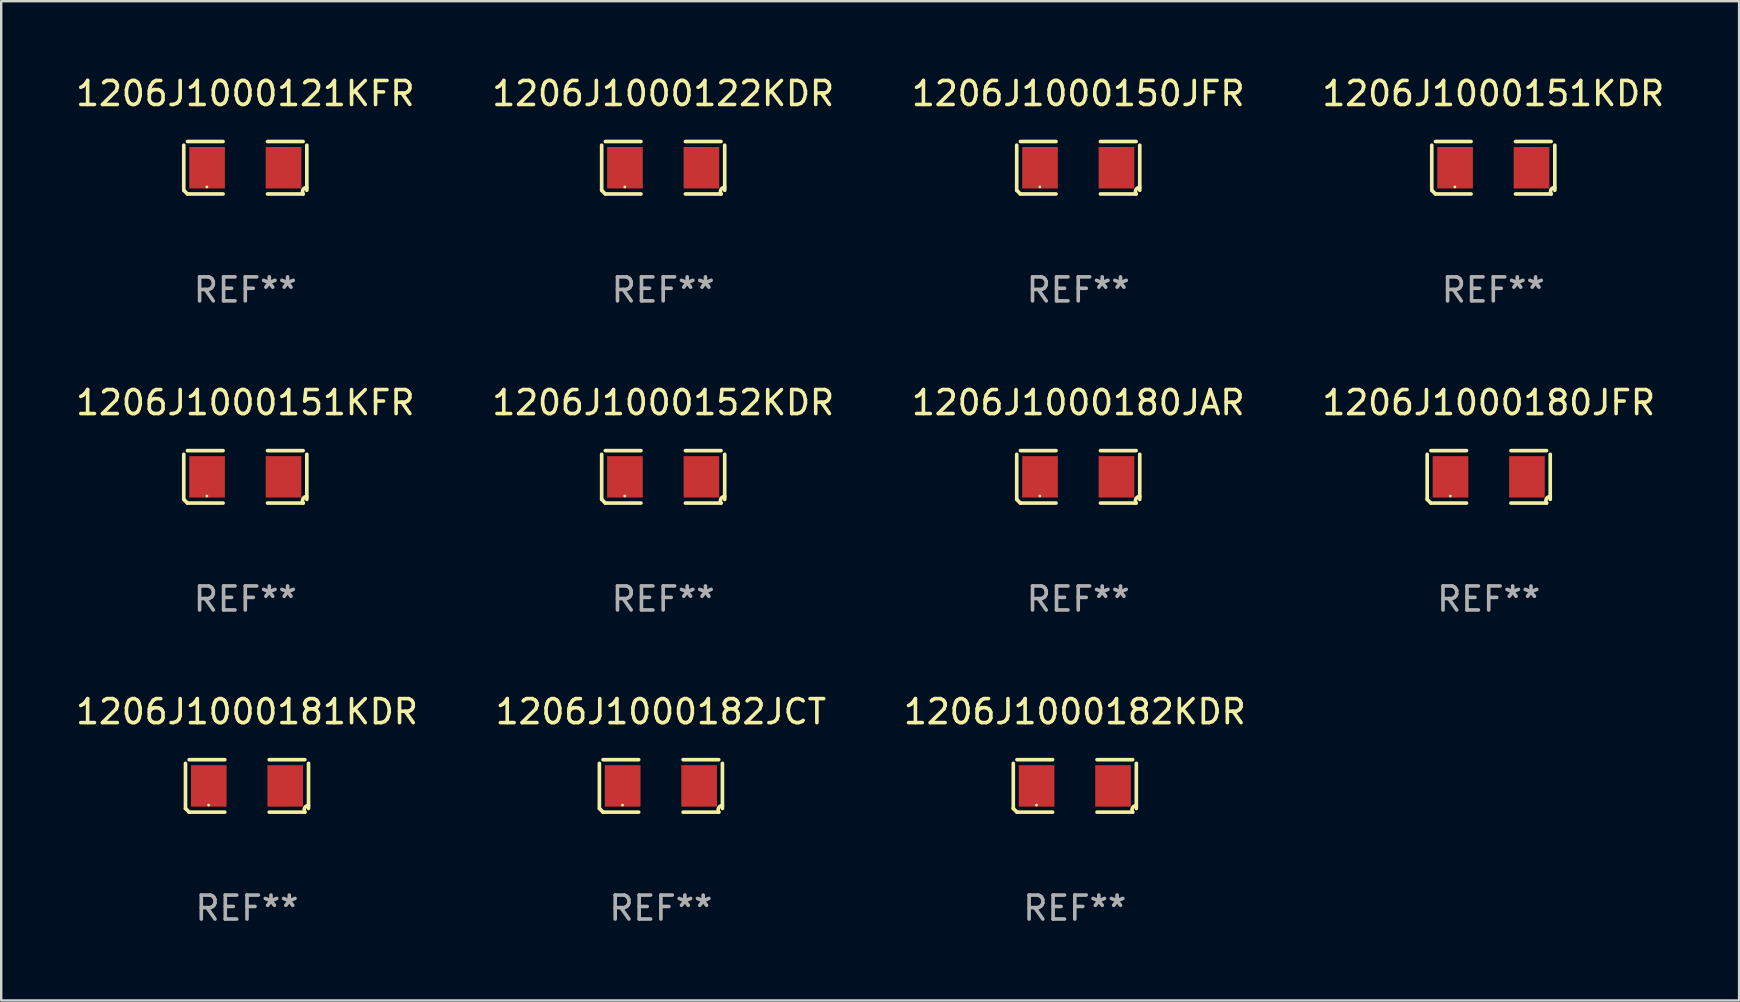
<source format=kicad_pcb>
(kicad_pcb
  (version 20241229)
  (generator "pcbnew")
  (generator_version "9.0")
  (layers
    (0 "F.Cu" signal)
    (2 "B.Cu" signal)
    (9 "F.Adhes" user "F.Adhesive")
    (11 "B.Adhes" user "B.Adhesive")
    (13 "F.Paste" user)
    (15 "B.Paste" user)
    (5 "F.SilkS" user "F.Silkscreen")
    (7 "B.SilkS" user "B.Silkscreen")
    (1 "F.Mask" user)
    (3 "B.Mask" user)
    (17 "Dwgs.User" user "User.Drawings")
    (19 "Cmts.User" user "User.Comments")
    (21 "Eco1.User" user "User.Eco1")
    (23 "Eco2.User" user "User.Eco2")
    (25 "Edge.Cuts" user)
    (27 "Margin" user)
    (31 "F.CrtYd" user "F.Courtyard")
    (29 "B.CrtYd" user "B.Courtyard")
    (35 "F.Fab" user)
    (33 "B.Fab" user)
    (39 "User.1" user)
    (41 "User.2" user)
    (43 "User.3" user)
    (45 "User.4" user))
  (footprint "1206J1000122KDR"
    (layer "F.Cu")
    (at 24.589 3.941)
    (property "Reference" "1206J1000122KDR" (at 0 -3.093 0) (layer "F.SilkS") (effects (font (size 1 1) (thickness 0.15))))
    (attr through_hole)
    (fp_line (start -2.564 0.94) (end -2.564 -0.94) (stroke (width 0.152) (type solid)) (layer "F.SilkS"))
    (fp_line (start -2.411 -1.093) (end -0.926 -1.093) (stroke (width 0.152) (type solid)) (layer "F.SilkS"))
    (fp_line (start -0.926 1.093) (end -2.411 1.093) (stroke (width 0.152) (type solid)) (layer "F.SilkS"))
    (fp_line (start 0.926 1.093) (end 2.411 1.093) (stroke (width 0.152) (type solid)) (layer "F.SilkS"))
    (fp_line (start 2.411 -1.093) (end 0.926 -1.093) (stroke (width 0.152) (type solid)) (layer "F.SilkS"))
    (fp_line (start 2.564 0.94) (end 2.564 -0.94) (stroke (width 0.152) (type solid)) (layer "F.SilkS"))
    (fp_arc (start -2.411201 1.092609) (mid -2.487413 1.01642) (end -2.563602 0.940208) (stroke (width 0.1524) (type solid)) (layer "F.SilkS"))
    (fp_arc (start 2.411201 1.092609) (mid 2.407159 0.911226) (end 2.563602 0.819347) (stroke (width 0.1524) (type solid)) (layer "F.SilkS"))
    (fp_circle (center -1.6 0.8) (end -1.57 0.8) (stroke (width 0.06) (type solid)) (fill no) (layer "F.SilkS"))
    (fp_text user "REF**" (at 0 5.093 0) (layer "F.Fab") (effects (font (size 1 1) (thickness 0.15))))
    (pad "1" smd rect (at -1.593 0) (size 1.485 1.728) (layers "F.Cu" "F.Mask" "F.Paste"))
    (pad "2" smd rect (at 1.593 0) (size 1.485 1.728) (layers "F.Cu" "F.Mask" "F.Paste")))
  (footprint "1206J1000181KDR"
    (layer "F.Cu")
    (at 7.244 29.704)
    (property "Reference" "1206J1000181KDR" (at 0 -3.093 0) (layer "F.SilkS") (effects (font (size 1 1) (thickness 0.15))))
    (attr through_hole)
    (fp_line (start -2.564 0.94) (end -2.564 -0.94) (stroke (width 0.152) (type solid)) (layer "F.SilkS"))
    (fp_line (start -2.411 -1.093) (end -0.926 -1.093) (stroke (width 0.152) (type solid)) (layer "F.SilkS"))
    (fp_line (start -0.926 1.093) (end -2.411 1.093) (stroke (width 0.152) (type solid)) (layer "F.SilkS"))
    (fp_line (start 0.926 1.093) (end 2.411 1.093) (stroke (width 0.152) (type solid)) (layer "F.SilkS"))
    (fp_line (start 2.411 -1.093) (end 0.926 -1.093) (stroke (width 0.152) (type solid)) (layer "F.SilkS"))
    (fp_line (start 2.564 0.94) (end 2.564 -0.94) (stroke (width 0.152) (type solid)) (layer "F.SilkS"))
    (fp_arc (start -2.411201 1.092609) (mid -2.487413 1.01642) (end -2.563602 0.940208) (stroke (width 0.1524) (type solid)) (layer "F.SilkS"))
    (fp_arc (start 2.411201 1.092609) (mid 2.407159 0.911226) (end 2.563602 0.819347) (stroke (width 0.1524) (type solid)) (layer "F.SilkS"))
    (fp_circle (center -1.6 0.8) (end -1.57 0.8) (stroke (width 0.06) (type solid)) (fill no) (layer "F.SilkS"))
    (fp_text user "REF**" (at 0 5.093 0) (layer "F.Fab") (effects (font (size 1 1) (thickness 0.15))))
    (pad "1" smd rect (at -1.593 0) (size 1.485 1.728) (layers "F.Cu" "F.Mask" "F.Paste"))
    (pad "2" smd rect (at 1.593 0) (size 1.485 1.728) (layers "F.Cu" "F.Mask" "F.Paste")))
  (footprint "1206J1000180JAR"
    (layer "F.Cu")
    (at 41.887 16.823)
    (property "Reference" "1206J1000180JAR" (at 0 -3.093 0) (layer "F.SilkS") (effects (font (size 1 1) (thickness 0.15))))
    (attr through_hole)
    (fp_line (start -2.564 0.94) (end -2.564 -0.94) (stroke (width 0.152) (type solid)) (layer "F.SilkS"))
    (fp_line (start -2.411 -1.093) (end -0.926 -1.093) (stroke (width 0.152) (type solid)) (layer "F.SilkS"))
    (fp_line (start -0.926 1.093) (end -2.411 1.093) (stroke (width 0.152) (type solid)) (layer "F.SilkS"))
    (fp_line (start 0.926 1.093) (end 2.411 1.093) (stroke (width 0.152) (type solid)) (layer "F.SilkS"))
    (fp_line (start 2.411 -1.093) (end 0.926 -1.093) (stroke (width 0.152) (type solid)) (layer "F.SilkS"))
    (fp_line (start 2.564 0.94) (end 2.564 -0.94) (stroke (width 0.152) (type solid)) (layer "F.SilkS"))
    (fp_arc (start -2.411201 1.092609) (mid -2.487413 1.01642) (end -2.563602 0.940208) (stroke (width 0.1524) (type solid)) (layer "F.SilkS"))
    (fp_arc (start 2.411201 1.092609) (mid 2.407159 0.911226) (end 2.563602 0.819347) (stroke (width 0.1524) (type solid)) (layer "F.SilkS"))
    (fp_circle (center -1.6 0.8) (end -1.57 0.8) (stroke (width 0.06) (type solid)) (fill no) (layer "F.SilkS"))
    (fp_text user "REF**" (at 0 5.093 0) (layer "F.Fab") (effects (font (size 1 1) (thickness 0.15))))
    (pad "1" smd rect (at -1.593 0) (size 1.485 1.728) (layers "F.Cu" "F.Mask" "F.Paste"))
    (pad "2" smd rect (at 1.593 0) (size 1.485 1.728) (layers "F.Cu" "F.Mask" "F.Paste")))
  (footprint "1206J1000151KDR"
    (layer "F.Cu")
    (at 59.185 3.941)
    (property "Reference" "1206J1000151KDR" (at 0 -3.093 0) (layer "F.SilkS") (effects (font (size 1 1) (thickness 0.15))))
    (attr through_hole)
    (fp_line (start -2.564 0.94) (end -2.564 -0.94) (stroke (width 0.152) (type solid)) (layer "F.SilkS"))
    (fp_line (start -2.411 -1.093) (end -0.926 -1.093) (stroke (width 0.152) (type solid)) (layer "F.SilkS"))
    (fp_line (start -0.926 1.093) (end -2.411 1.093) (stroke (width 0.152) (type solid)) (layer "F.SilkS"))
    (fp_line (start 0.926 1.093) (end 2.411 1.093) (stroke (width 0.152) (type solid)) (layer "F.SilkS"))
    (fp_line (start 2.411 -1.093) (end 0.926 -1.093) (stroke (width 0.152) (type solid)) (layer "F.SilkS"))
    (fp_line (start 2.564 0.94) (end 2.564 -0.94) (stroke (width 0.152) (type solid)) (layer "F.SilkS"))
    (fp_arc (start -2.411201 1.092609) (mid -2.487413 1.01642) (end -2.563602 0.940208) (stroke (width 0.1524) (type solid)) (layer "F.SilkS"))
    (fp_arc (start 2.411201 1.092609) (mid 2.407159 0.911226) (end 2.563602 0.819347) (stroke (width 0.1524) (type solid)) (layer "F.SilkS"))
    (fp_circle (center -1.6 0.8) (end -1.57 0.8) (stroke (width 0.06) (type solid)) (fill no) (layer "F.SilkS"))
    (fp_text user "REF**" (at 0 5.093 0) (layer "F.Fab") (effects (font (size 1 1) (thickness 0.15))))
    (pad "1" smd rect (at -1.593 0) (size 1.485 1.728) (layers "F.Cu" "F.Mask" "F.Paste"))
    (pad "2" smd rect (at 1.593 0) (size 1.485 1.728) (layers "F.Cu" "F.Mask" "F.Paste")))
  (footprint "1206J1000121KFR"
    (layer "F.Cu")
    (at 7.173 3.941)
    (property "Reference" "1206J1000121KFR" (at 0 -3.093 0) (layer "F.SilkS") (effects (font (size 1 1) (thickness 0.15))))
    (attr through_hole)
    (fp_line (start -2.564 0.94) (end -2.564 -0.94) (stroke (width 0.152) (type solid)) (layer "F.SilkS"))
    (fp_line (start -2.411 -1.093) (end -0.926 -1.093) (stroke (width 0.152) (type solid)) (layer "F.SilkS"))
    (fp_line (start -0.926 1.093) (end -2.411 1.093) (stroke (width 0.152) (type solid)) (layer "F.SilkS"))
    (fp_line (start 0.926 1.093) (end 2.411 1.093) (stroke (width 0.152) (type solid)) (layer "F.SilkS"))
    (fp_line (start 2.411 -1.093) (end 0.926 -1.093) (stroke (width 0.152) (type solid)) (layer "F.SilkS"))
    (fp_line (start 2.564 0.94) (end 2.564 -0.94) (stroke (width 0.152) (type solid)) (layer "F.SilkS"))
    (fp_arc (start -2.411201 1.092609) (mid -2.487413 1.01642) (end -2.563602 0.940208) (stroke (width 0.1524) (type solid)) (layer "F.SilkS"))
    (fp_arc (start 2.411201 1.092609) (mid 2.407159 0.911226) (end 2.563602 0.819347) (stroke (width 0.1524) (type solid)) (layer "F.SilkS"))
    (fp_circle (center -1.6 0.8) (end -1.57 0.8) (stroke (width 0.06) (type solid)) (fill no) (layer "F.SilkS"))
    (fp_text user "REF**" (at 0 5.093 0) (layer "F.Fab") (effects (font (size 1 1) (thickness 0.15))))
    (pad "1" smd rect (at -1.593 0) (size 1.485 1.728) (layers "F.Cu" "F.Mask" "F.Paste"))
    (pad "2" smd rect (at 1.593 0) (size 1.485 1.728) (layers "F.Cu" "F.Mask" "F.Paste")))
  (footprint "1206J1000182KDR"
    (layer "F.Cu")
    (at 41.744 29.704)
    (property "Reference" "1206J1000182KDR" (at 0 -3.093 0) (layer "F.SilkS") (effects (font (size 1 1) (thickness 0.15))))
    (attr through_hole)
    (fp_line (start -2.564 0.94) (end -2.564 -0.94) (stroke (width 0.152) (type solid)) (layer "F.SilkS"))
    (fp_line (start -2.411 -1.093) (end -0.926 -1.093) (stroke (width 0.152) (type solid)) (layer "F.SilkS"))
    (fp_line (start -0.926 1.093) (end -2.411 1.093) (stroke (width 0.152) (type solid)) (layer "F.SilkS"))
    (fp_line (start 0.926 1.093) (end 2.411 1.093) (stroke (width 0.152) (type solid)) (layer "F.SilkS"))
    (fp_line (start 2.411 -1.093) (end 0.926 -1.093) (stroke (width 0.152) (type solid)) (layer "F.SilkS"))
    (fp_line (start 2.564 0.94) (end 2.564 -0.94) (stroke (width 0.152) (type solid)) (layer "F.SilkS"))
    (fp_arc (start -2.411201 1.092609) (mid -2.487413 1.01642) (end -2.563602 0.940208) (stroke (width 0.1524) (type solid)) (layer "F.SilkS"))
    (fp_arc (start 2.411201 1.092609) (mid 2.407159 0.911226) (end 2.563602 0.819347) (stroke (width 0.1524) (type solid)) (layer "F.SilkS"))
    (fp_circle (center -1.6 0.8) (end -1.57 0.8) (stroke (width 0.06) (type solid)) (fill no) (layer "F.SilkS"))
    (fp_text user "REF**" (at 0 5.093 0) (layer "F.Fab") (effects (font (size 1 1) (thickness 0.15))))
    (pad "1" smd rect (at -1.593 0) (size 1.485 1.728) (layers "F.Cu" "F.Mask" "F.Paste"))
    (pad "2" smd rect (at 1.593 0) (size 1.485 1.728) (layers "F.Cu" "F.Mask" "F.Paste")))
  (footprint "1206J1000151KFR"
    (layer "F.Cu")
    (at 7.173 16.823)
    (property "Reference" "1206J1000151KFR" (at 0 -3.093 0) (layer "F.SilkS") (effects (font (size 1 1) (thickness 0.15))))
    (attr through_hole)
    (fp_line (start -2.564 0.94) (end -2.564 -0.94) (stroke (width 0.152) (type solid)) (layer "F.SilkS"))
    (fp_line (start -2.411 -1.093) (end -0.926 -1.093) (stroke (width 0.152) (type solid)) (layer "F.SilkS"))
    (fp_line (start -0.926 1.093) (end -2.411 1.093) (stroke (width 0.152) (type solid)) (layer "F.SilkS"))
    (fp_line (start 0.926 1.093) (end 2.411 1.093) (stroke (width 0.152) (type solid)) (layer "F.SilkS"))
    (fp_line (start 2.411 -1.093) (end 0.926 -1.093) (stroke (width 0.152) (type solid)) (layer "F.SilkS"))
    (fp_line (start 2.564 0.94) (end 2.564 -0.94) (stroke (width 0.152) (type solid)) (layer "F.SilkS"))
    (fp_arc (start -2.411201 1.092609) (mid -2.487413 1.01642) (end -2.563602 0.940208) (stroke (width 0.1524) (type solid)) (layer "F.SilkS"))
    (fp_arc (start 2.411201 1.092609) (mid 2.407159 0.911226) (end 2.563602 0.819347) (stroke (width 0.1524) (type solid)) (layer "F.SilkS"))
    (fp_circle (center -1.6 0.8) (end -1.57 0.8) (stroke (width 0.06) (type solid)) (fill no) (layer "F.SilkS"))
    (fp_text user "REF**" (at 0 5.093 0) (layer "F.Fab") (effects (font (size 1 1) (thickness 0.15))))
    (pad "1" smd rect (at -1.593 0) (size 1.485 1.728) (layers "F.Cu" "F.Mask" "F.Paste"))
    (pad "2" smd rect (at 1.593 0) (size 1.485 1.728) (layers "F.Cu" "F.Mask" "F.Paste")))
  (footprint "1206J1000182JCT"
    (layer "F.Cu")
    (at 24.494 29.704)
    (property "Reference" "1206J1000182JCT" (at 0 -3.093 0) (layer "F.SilkS") (effects (font (size 1 1) (thickness 0.15))))
    (attr through_hole)
    (fp_line (start -2.564 0.94) (end -2.564 -0.94) (stroke (width 0.152) (type solid)) (layer "F.SilkS"))
    (fp_line (start -2.411 -1.093) (end -0.926 -1.093) (stroke (width 0.152) (type solid)) (layer "F.SilkS"))
    (fp_line (start -0.926 1.093) (end -2.411 1.093) (stroke (width 0.152) (type solid)) (layer "F.SilkS"))
    (fp_line (start 0.926 1.093) (end 2.411 1.093) (stroke (width 0.152) (type solid)) (layer "F.SilkS"))
    (fp_line (start 2.411 -1.093) (end 0.926 -1.093) (stroke (width 0.152) (type solid)) (layer "F.SilkS"))
    (fp_line (start 2.564 0.94) (end 2.564 -0.94) (stroke (width 0.152) (type solid)) (layer "F.SilkS"))
    (fp_arc (start -2.411201 1.092609) (mid -2.487413 1.01642) (end -2.563602 0.940208) (stroke (width 0.1524) (type solid)) (layer "F.SilkS"))
    (fp_arc (start 2.411201 1.092609) (mid 2.407159 0.911226) (end 2.563602 0.819347) (stroke (width 0.1524) (type solid)) (layer "F.SilkS"))
    (fp_circle (center -1.6 0.8) (end -1.57 0.8) (stroke (width 0.06) (type solid)) (fill no) (layer "F.SilkS"))
    (fp_text user "REF**" (at 0 5.093 0) (layer "F.Fab") (effects (font (size 1 1) (thickness 0.15))))
    (pad "1" smd rect (at -1.593 0) (size 1.485 1.728) (layers "F.Cu" "F.Mask" "F.Paste"))
    (pad "2" smd rect (at 1.593 0) (size 1.485 1.728) (layers "F.Cu" "F.Mask" "F.Paste")))
  (footprint "1206J1000150JFR"
    (layer "F.Cu")
    (at 41.887 3.941)
    (property "Reference" "1206J1000150JFR" (at 0 -3.093 0) (layer "F.SilkS") (effects (font (size 1 1) (thickness 0.15))))
    (attr through_hole)
    (fp_line (start -2.564 0.94) (end -2.564 -0.94) (stroke (width 0.152) (type solid)) (layer "F.SilkS"))
    (fp_line (start -2.411 -1.093) (end -0.926 -1.093) (stroke (width 0.152) (type solid)) (layer "F.SilkS"))
    (fp_line (start -0.926 1.093) (end -2.411 1.093) (stroke (width 0.152) (type solid)) (layer "F.SilkS"))
    (fp_line (start 0.926 1.093) (end 2.411 1.093) (stroke (width 0.152) (type solid)) (layer "F.SilkS"))
    (fp_line (start 2.411 -1.093) (end 0.926 -1.093) (stroke (width 0.152) (type solid)) (layer "F.SilkS"))
    (fp_line (start 2.564 0.94) (end 2.564 -0.94) (stroke (width 0.152) (type solid)) (layer "F.SilkS"))
    (fp_arc (start -2.411201 1.092609) (mid -2.487413 1.01642) (end -2.563602 0.940208) (stroke (width 0.1524) (type solid)) (layer "F.SilkS"))
    (fp_arc (start 2.411201 1.092609) (mid 2.407159 0.911226) (end 2.563602 0.819347) (stroke (width 0.1524) (type solid)) (layer "F.SilkS"))
    (fp_circle (center -1.6 0.8) (end -1.57 0.8) (stroke (width 0.06) (type solid)) (fill no) (layer "F.SilkS"))
    (fp_text user "REF**" (at 0 5.093 0) (layer "F.Fab") (effects (font (size 1 1) (thickness 0.15))))
    (pad "1" smd rect (at -1.593 0) (size 1.485 1.728) (layers "F.Cu" "F.Mask" "F.Paste"))
    (pad "2" smd rect (at 1.593 0) (size 1.485 1.728) (layers "F.Cu" "F.Mask" "F.Paste")))
  (footprint "1206J1000180JFR"
    (layer "F.Cu")
    (at 58.994 16.823)
    (property "Reference" "1206J1000180JFR" (at 0 -3.093 0) (layer "F.SilkS") (effects (font (size 1 1) (thickness 0.15))))
    (attr through_hole)
    (fp_line (start -2.564 0.94) (end -2.564 -0.94) (stroke (width 0.152) (type solid)) (layer "F.SilkS"))
    (fp_line (start -2.411 -1.093) (end -0.926 -1.093) (stroke (width 0.152) (type solid)) (layer "F.SilkS"))
    (fp_line (start -0.926 1.093) (end -2.411 1.093) (stroke (width 0.152) (type solid)) (layer "F.SilkS"))
    (fp_line (start 0.926 1.093) (end 2.411 1.093) (stroke (width 0.152) (type solid)) (layer "F.SilkS"))
    (fp_line (start 2.411 -1.093) (end 0.926 -1.093) (stroke (width 0.152) (type solid)) (layer "F.SilkS"))
    (fp_line (start 2.564 0.94) (end 2.564 -0.94) (stroke (width 0.152) (type solid)) (layer "F.SilkS"))
    (fp_arc (start -2.411201 1.092609) (mid -2.487413 1.01642) (end -2.563602 0.940208) (stroke (width 0.1524) (type solid)) (layer "F.SilkS"))
    (fp_arc (start 2.411201 1.092609) (mid 2.407159 0.911226) (end 2.563602 0.819347) (stroke (width 0.1524) (type solid)) (layer "F.SilkS"))
    (fp_circle (center -1.6 0.8) (end -1.57 0.8) (stroke (width 0.06) (type solid)) (fill no) (layer "F.SilkS"))
    (fp_text user "REF**" (at 0 5.093 0) (layer "F.Fab") (effects (font (size 1 1) (thickness 0.15))))
    (pad "1" smd rect (at -1.593 0) (size 1.485 1.728) (layers "F.Cu" "F.Mask" "F.Paste"))
    (pad "2" smd rect (at 1.593 0) (size 1.485 1.728) (layers "F.Cu" "F.Mask" "F.Paste")))
  (footprint "1206J1000152KDR"
    (layer "F.Cu")
    (at 24.589 16.823)
    (property "Reference" "1206J1000152KDR" (at 0 -3.093 0) (layer "F.SilkS") (effects (font (size 1 1) (thickness 0.15))))
    (attr through_hole)
    (fp_line (start -2.564 0.94) (end -2.564 -0.94) (stroke (width 0.152) (type solid)) (layer "F.SilkS"))
    (fp_line (start -2.411 -1.093) (end -0.926 -1.093) (stroke (width 0.152) (type solid)) (layer "F.SilkS"))
    (fp_line (start -0.926 1.093) (end -2.411 1.093) (stroke (width 0.152) (type solid)) (layer "F.SilkS"))
    (fp_line (start 0.926 1.093) (end 2.411 1.093) (stroke (width 0.152) (type solid)) (layer "F.SilkS"))
    (fp_line (start 2.411 -1.093) (end 0.926 -1.093) (stroke (width 0.152) (type solid)) (layer "F.SilkS"))
    (fp_line (start 2.564 0.94) (end 2.564 -0.94) (stroke (width 0.152) (type solid)) (layer "F.SilkS"))
    (fp_arc (start -2.411201 1.092609) (mid -2.487413 1.01642) (end -2.563602 0.940208) (stroke (width 0.1524) (type solid)) (layer "F.SilkS"))
    (fp_arc (start 2.411201 1.092609) (mid 2.407159 0.911226) (end 2.563602 0.819347) (stroke (width 0.1524) (type solid)) (layer "F.SilkS"))
    (fp_circle (center -1.6 0.8) (end -1.57 0.8) (stroke (width 0.06) (type solid)) (fill no) (layer "F.SilkS"))
    (fp_text user "REF**" (at 0 5.093 0) (layer "F.Fab") (effects (font (size 1 1) (thickness 0.15))))
    (pad "1" smd rect (at -1.593 0) (size 1.485 1.728) (layers "F.Cu" "F.Mask" "F.Paste"))
    (pad "2" smd rect (at 1.593 0) (size 1.485 1.728) (layers "F.Cu" "F.Mask" "F.Paste")))
  (gr_rect
    (start -3 -3)
    (end 69.429 38.645)
    (stroke (width 0.1) (type default))
    (fill no)
    (layer "Edge.Cuts")))
</source>
